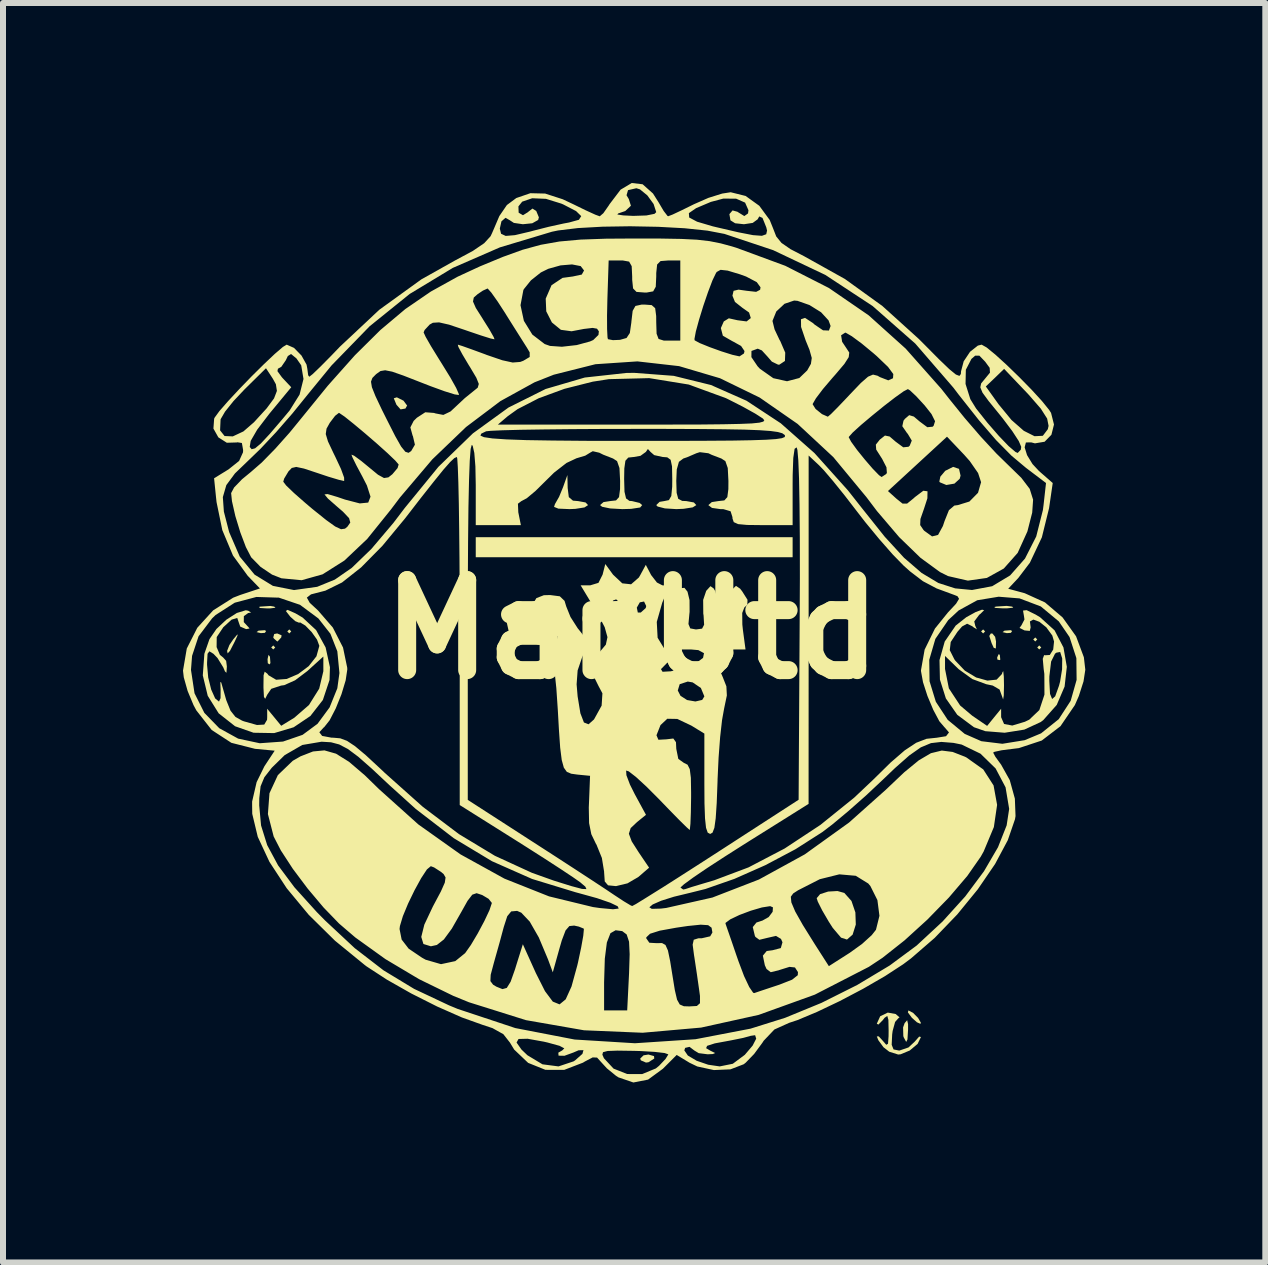
<source format=kicad_pcb>
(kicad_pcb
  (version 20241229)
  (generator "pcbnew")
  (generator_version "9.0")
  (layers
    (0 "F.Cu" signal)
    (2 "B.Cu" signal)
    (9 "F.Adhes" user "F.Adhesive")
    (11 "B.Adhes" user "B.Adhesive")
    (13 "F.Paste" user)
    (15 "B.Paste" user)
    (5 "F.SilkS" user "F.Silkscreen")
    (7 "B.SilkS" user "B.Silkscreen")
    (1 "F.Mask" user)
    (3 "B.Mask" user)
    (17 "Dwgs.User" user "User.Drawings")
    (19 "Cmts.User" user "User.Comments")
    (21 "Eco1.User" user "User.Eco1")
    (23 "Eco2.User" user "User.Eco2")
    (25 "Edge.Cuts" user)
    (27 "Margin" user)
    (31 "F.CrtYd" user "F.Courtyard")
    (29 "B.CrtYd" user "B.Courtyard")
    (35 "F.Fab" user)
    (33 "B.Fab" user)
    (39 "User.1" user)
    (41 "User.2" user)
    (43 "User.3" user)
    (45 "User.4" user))
  (footprint "ManUtd"
    (layer "F.Cu")
    (at 7.486 7.44)
    (property "Reference" "ManUtd" (at 0 0 0) (layer "F.SilkS") (effects (font (size 1.5 1.5) (thickness 0.3))))
    (attr board_only exclude_from_pos_files exclude_from_bom)
    (fp_poly (pts (xy -5.949 0.301) (xy -5.982 0.334) (xy -6.016 0.301) (xy -5.982 0.267)) (stroke (width 0) (type solid)) (fill yes) (layer "F.SilkS"))
    (fp_poly (pts (xy -5.682 0.033) (xy -5.715 0.067) (xy -5.748 0.033) (xy -5.715 0)) (stroke (width 0) (type solid)) (fill yes) (layer "F.SilkS"))
    (fp_poly (pts (xy 5.882 0.033) (xy 5.849 0.067) (xy 5.815 0.033) (xy 5.849 0)) (stroke (width 0) (type solid)) (fill yes) (layer "F.SilkS"))
    (fp_poly (pts (xy 6.751 0.167) (xy 6.718 0.201) (xy 6.684 0.167) (xy 6.718 0.134)) (stroke (width 0) (type solid)) (fill yes) (layer "F.SilkS"))
    (fp_poly (pts (xy 6.818 0.301) (xy 6.784 0.334) (xy 6.751 0.301) (xy 6.784 0.267)) (stroke (width 0) (type solid)) (fill yes) (layer "F.SilkS"))
    (fp_poly (pts (xy -6.101 0.026) (xy -6.121 0.057) (xy -6.188 0.062) (xy -6.26 0.045) (xy -6.229 0.021) (xy -6.124 0.013)) (stroke (width 0) (type solid)) (fill yes) (layer "F.SilkS"))
    (fp_poly (pts (xy -6.037 0.455) (xy -6.029 0.56) (xy -6.042 0.583) (xy -6.073 0.564) (xy -6.077 0.496) (xy -6.061 0.424)) (stroke (width 0) (type solid)) (fill yes) (layer "F.SilkS"))
    (fp_poly (pts (xy 6.127 0.423) (xy 6.135 0.503) (xy 6.127 0.512) (xy 6.087 0.503) (xy 6.083 0.468) (xy 6.107 0.413)) (stroke (width 0) (type solid)) (fill yes) (layer "F.SilkS"))
    (fp_poly (pts (xy 6.332 0.026) (xy 6.312 0.057) (xy 6.244 0.062) (xy 6.173 0.045) (xy 6.204 0.021) (xy 6.308 0.013)) (stroke (width 0) (type solid)) (fill yes) (layer "F.SilkS"))
    (fp_poly (pts (xy -3.811 -3.812) (xy -3.751 -3.731) (xy -3.779 -3.681) (xy -3.86 -3.667) (xy -3.929 -3.745) (xy -3.973 -3.852) (xy -3.922 -3.868)) (stroke (width 0) (type solid)) (fill yes) (layer "F.SilkS"))
    (fp_poly (pts (xy -6.578 0.103) (xy -6.623 0.201) (xy -6.703 0.357) (xy -6.742 0.4) (xy -6.751 0.358) (xy -6.713 0.26) (xy -6.647 0.163) (xy -6.578 0.081)) (stroke (width 0) (type solid)) (fill yes) (layer "F.SilkS"))
    (fp_poly (pts (xy -5.966 -0.38) (xy -5.945 -0.361) (xy -6.037 -0.35) (xy -6.083 -0.35) (xy -6.204 -0.357) (xy -6.219 -0.374) (xy -6.2 -0.38) (xy -6.03 -0.391)) (stroke (width 0) (type solid)) (fill yes) (layer "F.SilkS"))
    (fp_poly (pts (xy -5.843 0.098) (xy -5.849 0.134) (xy -5.906 0.197) (xy -5.916 0.201) (xy -5.969 0.154) (xy -5.982 0.134) (xy -5.966 0.077) (xy -5.916 0.067)) (stroke (width 0) (type solid)) (fill yes) (layer "F.SilkS"))
    (fp_poly (pts (xy 0.364 7.111) (xy 0.368 7.152) (xy 0.271 7.214) (xy 0.23 7.219) (xy 0.144 7.182) (xy 0.134 7.152) (xy 0.19 7.098) (xy 0.271 7.085)) (stroke (width 0) (type solid)) (fill yes) (layer "F.SilkS"))
    (fp_poly (pts (xy 2.674 -1.37) (xy 2.674 -1.203) (xy 0.033 -1.203) (xy -2.607 -1.203) (xy -2.607 -1.37) (xy -2.607 -1.537) (xy 0.033 -1.537) (xy 2.674 -1.537)) (stroke (width 0) (type solid)) (fill yes) (layer "F.SilkS"))
    (fp_poly (pts (xy 4.681 6.39) (xy 4.765 6.475) (xy 4.811 6.554) (xy 4.805 6.574) (xy 4.746 6.548) (xy 4.662 6.473) (xy 4.595 6.383) (xy 4.604 6.35)) (stroke (width 0) (type solid)) (fill yes) (layer "F.SilkS"))
    (fp_poly (pts (xy 6.049 0.123) (xy 6.064 0.201) (xy 6.061 0.318) (xy 6.026 0.307) (xy 5.99 0.228) (xy 5.952 0.109) (xy 5.976 0.069) (xy 6.002 0.067)) (stroke (width 0) (type solid)) (fill yes) (layer "F.SilkS"))
    (fp_poly (pts (xy 6.334 -0.38) (xy 6.35 -0.362) (xy 6.254 -0.352) (xy 6.183 -0.351) (xy 6.053 -0.358) (xy 6.034 -0.373) (xy 6.067 -0.381) (xy 6.241 -0.392)) (stroke (width 0) (type solid)) (fill yes) (layer "F.SilkS"))
    (fp_poly (pts (xy 4.598 6.578) (xy 4.598 6.668) (xy 4.588 6.833) (xy 4.567 6.875) (xy 4.528 6.803) (xy 4.519 6.779) (xy 4.515 6.633) (xy 4.541 6.561) (xy 4.583 6.513)) (stroke (width 0) (type solid)) (fill yes) (layer "F.SilkS"))
    (fp_poly (pts (xy 5.447 -2.676) (xy 5.473 -2.563) (xy 5.459 -2.511) (xy 5.371 -2.43) (xy 5.236 -2.407) (xy 5.128 -2.452) (xy 5.119 -2.464) (xy 5.136 -2.546) (xy 5.217 -2.643) (xy 5.349 -2.709)) (stroke (width 0) (type solid)) (fill yes) (layer "F.SilkS"))
    (fp_poly (pts (xy -1.075 -2.356) (xy -1.056 -2.205) (xy -0.987 -2.146) (xy -0.902 -2.139) (xy -0.777 -2.116) (xy -0.735 -2.072) (xy -0.795 -2.033) (xy -0.947 -2.009) (xy -1.044 -2.005) (xy -1.23 -2.013) (xy -1.302 -2.042) (xy -1.287 -2.089) (xy -1.218 -2.21) (xy -1.151 -2.373) (xy -1.08 -2.573)) (stroke (width 0) (type solid)) (fill yes) (layer "F.SilkS"))
    (fp_poly (pts (xy 3.536 4.392) (xy 3.655 4.526) (xy 3.72 4.717) (xy 3.727 4.919) (xy 3.674 5.087) (xy 3.58 5.169) (xy 3.481 5.137) (xy 3.344 4.976) (xy 3.279 4.875) (xy 3.168 4.685) (xy 3.094 4.538) (xy 3.075 4.479) (xy 3.132 4.412) (xy 3.266 4.369) (xy 3.422 4.36)) (stroke (width 0) (type solid)) (fill yes) (layer "F.SilkS"))
    (fp_poly (pts (xy 4.391 6.41) (xy 4.456 6.465) (xy 4.435 6.482) (xy 4.382 6.542) (xy 4.341 6.692) (xy 4.333 6.751) (xy 4.325 6.923) (xy 4.356 7) (xy 4.444 7.018) (xy 4.456 7.018) (xy 4.605 6.967) (xy 4.709 6.87) (xy 4.783 6.786) (xy 4.813 6.793) (xy 4.757 6.908) (xy 4.626 7.018) (xy 4.474 7.081) (xy 4.433 7.085) (xy 4.284 7.038) (xy 4.188 6.963) (xy 4.103 6.847) (xy 4.077 6.783) (xy 4.11 6.783) (xy 4.176 6.855) (xy 4.235 6.923) (xy 4.264 6.905) (xy 4.273 6.781) (xy 4.274 6.684) (xy 4.27 6.506) (xy 4.252 6.442) (xy 4.207 6.473) (xy 4.176 6.513) (xy 4.103 6.586) (xy 4.077 6.571) (xy 4.133 6.448) (xy 4.26 6.386)) (stroke (width 0) (type solid)) (fill yes) (layer "F.SilkS"))
    (fp_poly (pts (xy -5.614 -0.269) (xy -5.493 -0.198) (xy -5.268 0.011) (xy -5.109 0.301) (xy -5.037 0.63) (xy -5.044 0.843) (xy -5.155 1.176) (xy -5.363 1.443) (xy -5.642 1.631) (xy -5.967 1.728) (xy -6.31 1.722) (xy -6.618 1.614) (xy -6.892 1.398) (xy -7.074 1.106) (xy -7.156 0.766) (xy -7.13 0.406) (xy -7.045 0.162) (xy -6.929 -0.007) (xy -6.765 -0.161) (xy -6.589 -0.274) (xy -6.441 -0.319) (xy -6.4 -0.312) (xy -6.351 -0.281) (xy -6.4 -0.273) (xy -6.472 -0.221) (xy -6.473 -0.122) (xy -6.402 -0.045) (xy -6.4 -0.044) (xy -6.377 -0.015) (xy -6.434 -0.005) (xy -6.532 -0.047) (xy -6.551 -0.1) (xy -6.582 -0.191) (xy -6.676 -0.163) (xy -6.814 -0.037) (xy -6.924 0.127) (xy -6.926 0.295) (xy -6.925 0.297) (xy -6.871 0.424) (xy -6.817 0.468) (xy -6.767 0.524) (xy -6.755 0.618) (xy -6.762 0.723) (xy -6.787 0.699) (xy -6.815 0.633) (xy -6.911 0.477) (xy -6.978 0.407) (xy -7.046 0.365) (xy -7.077 0.406) (xy -7.085 0.554) (xy -7.085 0.59) (xy -7.066 0.802) (xy -7.016 1.003) (xy -6.95 1.15) (xy -6.886 1.203) (xy -6.86 1.145) (xy -6.859 1.003) (xy -6.86 0.986) (xy -6.864 0.877) (xy -6.85 0.883) (xy -6.844 0.902) (xy -6.765 1.179) (xy -6.694 1.355) (xy -6.612 1.458) (xy -6.502 1.52) (xy -6.47 1.532) (xy -6.253 1.593) (xy -6.132 1.586) (xy -6.085 1.506) (xy -6.083 1.463) (xy -6.083 1.322) (xy -5.966 1.464) (xy -5.849 1.606) (xy -5.631 1.472) (xy -5.387 1.26) (xy -5.216 0.987) (xy -5.147 0.697) (xy -5.147 0.677) (xy -5.147 0.452) (xy -5.414 0.694) (xy -5.618 0.848) (xy -5.799 0.929) (xy -5.851 0.936) (xy -6.015 0.99) (xy -6.081 1.086) (xy -6.117 1.157) (xy -6.137 1.124) (xy -6.145 0.972) (xy -6.145 0.94) (xy -6.143 0.765) (xy -6.125 0.704) (xy -6.08 0.738) (xy -6.061 0.764) (xy -5.934 0.839) (xy -5.759 0.826) (xy -5.567 0.744) (xy -5.391 0.612) (xy -5.262 0.448) (xy -5.214 0.274) (xy -5.252 0.171) (xy -5.341 0.045) (xy -5.447 -0.064) (xy -5.533 -0.116) (xy -5.553 -0.112) (xy -5.614 -0.137) (xy -5.698 -0.212) (xy -5.772 -0.307) (xy -5.743 -0.326)) (stroke (width 0) (type solid)) (fill yes) (layer "F.SilkS"))
    (fp_poly (pts (xy 5.866 -0.321) (xy 5.806 -0.261) (xy 5.784 -0.244) (xy 5.701 -0.133) (xy 5.718 -0.06) (xy 5.745 -0.001) (xy 5.69 -0.035) (xy 5.668 -0.053) (xy 5.582 -0.095) (xy 5.498 -0.049) (xy 5.421 0.04) (xy 5.309 0.21) (xy 5.293 0.346) (xy 5.37 0.499) (xy 5.385 0.52) (xy 5.544 0.687) (xy 5.733 0.801) (xy 5.92 0.853) (xy 6.074 0.837) (xy 6.163 0.743) (xy 6.169 0.719) (xy 6.184 0.695) (xy 6.194 0.785) (xy 6.197 0.936) (xy 6.193 1.102) (xy 6.182 1.167) (xy 6.169 1.128) (xy 6.123 1.002) (xy 6.01 0.936) (xy 5.901 0.913) (xy 5.668 0.827) (xy 5.442 0.663) (xy 5.437 0.658) (xy 5.214 0.442) (xy 5.214 0.659) (xy 5.278 0.982) (xy 5.466 1.268) (xy 5.666 1.437) (xy 5.916 1.608) (xy 6.032 1.465) (xy 6.149 1.322) (xy 6.149 1.463) (xy 6.198 1.576) (xy 6.335 1.602) (xy 6.545 1.539) (xy 6.618 1.504) (xy 6.786 1.344) (xy 6.871 1.087) (xy 6.87 0.857) (xy 6.952 0.857) (xy 6.964 1.074) (xy 6.999 1.16) (xy 7.05 1.115) (xy 7.114 0.937) (xy 7.132 0.869) (xy 7.165 0.664) (xy 7.167 0.488) (xy 7.166 0.481) (xy 7.133 0.376) (xy 7.069 0.388) (xy 7.047 0.405) (xy 6.982 0.536) (xy 6.953 0.781) (xy 6.952 0.857) (xy 6.87 0.857) (xy 6.869 0.741) (xy 6.858 0.66) (xy 6.843 0.49) (xy 6.866 0.427) (xy 6.879 0.431) (xy 6.96 0.426) (xy 7.017 0.335) (xy 7.031 0.202) (xy 7.002 0.102) (xy 6.902 -0.035) (xy 6.787 -0.127) (xy 6.686 -0.164) (xy 6.629 -0.133) (xy 6.641 -0.034) (xy 6.627 0.025) (xy 6.54 0.017) (xy 6.456 -0.025) (xy 6.488 -0.069) (xy 6.538 -0.166) (xy 6.529 -0.227) (xy 6.514 -0.314) (xy 6.574 -0.321) (xy 6.723 -0.248) (xy 6.798 -0.203) (xy 7.04 0.016) (xy 7.188 0.301) (xy 7.244 0.623) (xy 7.207 0.952) (xy 7.076 1.258) (xy 6.852 1.511) (xy 6.808 1.544) (xy 6.535 1.67) (xy 6.208 1.722) (xy 5.885 1.696) (xy 5.696 1.63) (xy 5.418 1.423) (xy 5.228 1.15) (xy 5.129 0.836) (xy 5.122 0.511) (xy 5.209 0.202) (xy 5.392 -0.064) (xy 5.568 -0.203) (xy 5.724 -0.289) (xy 5.831 -0.329)) (stroke (width 0) (type solid)) (fill yes) (layer "F.SilkS"))
    (fp_poly (pts (xy -0.319 -0.913) (xy -0.165 -0.768) (xy -0.018 -0.752) (xy 0.112 -0.866) (xy 0.135 -0.906) (xy 0.227 -1.076) (xy 0.316 -0.906) (xy 0.412 -0.782) (xy 0.503 -0.735) (xy 0.574 -0.73) (xy 0.593 -0.694) (xy 0.563 -0.594) (xy 0.501 -0.445) (xy 0.41 -0.125) (xy 0.424 0.139) (xy 0.542 0.332) (xy 0.551 0.34) (xy 0.652 0.435) (xy 0.654 0.496) (xy 0.573 0.567) (xy 0.48 0.662) (xy 0.506 0.706) (xy 0.644 0.698) (xy 0.845 0.649) (xy 1.061 0.564) (xy 1.181 0.475) (xy 1.197 0.396) (xy 1.103 0.345) (xy 0.98 0.334) (xy 0.747 0.334) (xy 0.724 -0.099) (xy 0.725 -0.374) (xy 0.753 -0.575) (xy 0.804 -0.687) (xy 0.871 -0.693) (xy 0.922 -0.629) (xy 0.956 -0.488) (xy 0.957 -0.292) (xy 0.953 -0.256) (xy 0.938 -0.09) (xy 0.968 -0.017) (xy 1.059 -0.000054) (xy 1.069 0) (xy 1.165 -0.013) (xy 1.199 -0.078) (xy 1.19 -0.232) (xy 1.185 -0.264) (xy 1.183 -0.492) (xy 1.234 -0.643) (xy 1.305 -0.721) (xy 1.358 -0.683) (xy 1.386 -0.635) (xy 1.423 -0.49) (xy 1.424 -0.291) (xy 1.42 -0.256) (xy 1.406 -0.09) (xy 1.436 -0.017) (xy 1.527 -0.000056) (xy 1.538 0) (xy 1.631 -0.012) (xy 1.667 -0.072) (xy 1.659 -0.215) (xy 1.65 -0.286) (xy 1.639 -0.486) (xy 1.659 -0.64) (xy 1.672 -0.67) (xy 1.73 -0.726) (xy 1.799 -0.679) (xy 1.833 -0.635) (xy 1.922 -0.494) (xy 1.919 -0.409) (xy 1.87 -0.367) (xy 1.834 -0.274) (xy 1.836 -0.082) (xy 1.845 0.005) (xy 1.889 0.334) (xy 1.646 0.334) (xy 1.476 0.359) (xy 1.404 0.444) (xy 1.428 0.605) (xy 1.509 0.793) (xy 1.57 0.948) (xy 1.578 1.1) (xy 1.534 1.311) (xy 1.532 1.321) (xy 1.498 1.51) (xy 1.466 1.795) (xy 1.44 2.139) (xy 1.423 2.502) (xy 1.423 2.523) (xy 1.409 2.893) (xy 1.392 3.148) (xy 1.37 3.307) (xy 1.339 3.387) (xy 1.3 3.409) (xy 1.259 3.387) (xy 1.231 3.307) (xy 1.214 3.15) (xy 1.205 2.897) (xy 1.203 2.572) (xy 1.203 1.736) (xy 0.986 1.603) (xy 0.752 1.492) (xy 0.585 1.489) (xy 0.473 1.594) (xy 0.47 1.6) (xy 0.405 1.764) (xy 0.437 1.839) (xy 0.568 1.832) (xy 0.568 1.832) (xy 0.686 1.818) (xy 0.73 1.88) (xy 0.735 1.99) (xy 0.769 2.158) (xy 0.86 2.223) (xy 0.923 2.255) (xy 0.96 2.329) (xy 0.978 2.473) (xy 0.982 2.715) (xy 0.982 2.799) (xy 0.978 3.049) (xy 0.971 3.239) (xy 0.961 3.336) (xy 0.958 3.342) (xy 0.907 3.297) (xy 0.783 3.175) (xy 0.607 2.995) (xy 0.442 2.824) (xy 0.236 2.618) (xy 0.063 2.459) (xy -0.057 2.366) (xy -0.101 2.352) (xy -0.096 2.43) (xy -0.037 2.586) (xy 0.042 2.744) (xy 0.23 3.09) (xy 0.082 3.21) (xy -0.025 3.311) (xy -0.055 3.405) (xy -0.008 3.532) (xy 0.108 3.714) (xy 0.282 3.971) (xy 0.104 4.125) (xy -0.078 4.232) (xy -0.269 4.278) (xy -0.271 4.278) (xy -0.402 4.265) (xy -0.457 4.201) (xy -0.468 4.044) (xy -0.468 4.035) (xy -0.505 3.809) (xy -0.595 3.587) (xy -0.604 3.573) (xy -0.681 3.413) (xy -0.718 3.228) (xy -0.723 2.969) (xy -0.72 2.897) (xy -0.702 2.44) (xy -0.916 2.419) (xy -1.016 2.405) (xy -1.089 2.374) (xy -1.139 2.304) (xy -1.174 2.177) (xy -1.2 1.971) (xy -1.221 1.668) (xy -1.239 1.349) (xy -1.264 0.979) (xy -1.291 0.725) (xy -1.325 0.57) (xy -1.366 0.497) (xy -1.382 0.488) (xy -1.433 0.443) (xy -1.391 0.361) (xy -1.34 0.304) (xy -1.256 0.188) (xy -1.246 0.113) (xy -1.247 0.112) (xy -1.374 0.067) (xy -1.561 0.088) (xy -1.754 0.167) (xy -1.799 0.196) (xy -1.98 0.325) (xy -2.051 0.06) (xy -2.089 -0.109) (xy -2.08 -0.183) (xy -2.019 -0.196) (xy -2.013 -0.196) (xy -1.839 -0.197) (xy -1.738 -0.268) (xy -1.676 -0.389) (xy -1.596 -0.522) (xy -1.472 -0.57) (xy -1.369 -0.573) (xy -1.206 -0.552) (xy -1.127 -0.476) (xy -1.099 -0.383) (xy -1.028 -0.207) (xy -0.907 -0.018) (xy -0.888 0.005) (xy -0.784 0.137) (xy -0.753 0.235) (xy -0.788 0.36) (xy -0.836 0.469) (xy -0.909 0.684) (xy -0.926 0.915) (xy -0.909 1.117) (xy -0.863 1.398) (xy -0.804 1.551) (xy -0.727 1.581) (xy -0.636 1.5) (xy -0.509 1.27) (xy -0.496 1.065) (xy -0.521 1.018) (xy 0.76 1.018) (xy 0.805 1.106) (xy 0.915 1.177) (xy 1.054 1.201) (xy 1.167 1.175) (xy 1.203 1.116) (xy 1.145 0.976) (xy 1.008 0.883) (xy 0.926 0.869) (xy 0.792 0.913) (xy 0.76 1.018) (xy -0.521 1.018) (xy -0.56 0.945) (xy -0.656 0.751) (xy -0.643 0.538) (xy -0.535 0.368) (xy -0.439 0.254) (xy -0.415 0.143) (xy -0.169 0.143) (xy -0.147 0.242) (xy -0.128 0.278) (xy -0.064 0.38) (xy -0.011 0.367) (xy 0.042 0.3) (xy 0.095 0.17) (xy 0.072 0.112) (xy -0.037 0.078) (xy -0.099 0.09) (xy -0.169 0.143) (xy -0.415 0.143) (xy -0.412 0.129) (xy -0.458 -0.037) (xy -0.581 -0.273) (xy -0.63 -0.355) (xy -0.66 -0.405) (xy -0.334 -0.405) (xy -0.307 -0.294) (xy -0.267 -0.267) (xy -0.207 -0.321) (xy -0.201 -0.363) (xy 0.077 -0.363) (xy 0.094 -0.281) (xy 0.144 -0.282) (xy 0.226 -0.356) (xy 0.234 -0.39) (xy 0.198 -0.465) (xy 0.127 -0.451) (xy 0.077 -0.363) (xy -0.201 -0.363) (xy -0.201 -0.364) (xy -0.241 -0.477) (xy -0.267 -0.501) (xy -0.32 -0.481) (xy -0.334 -0.405) (xy -0.66 -0.405) (xy -0.859 -0.735) (xy -0.698 -0.735) (xy -0.562 -0.776) (xy -0.493 -0.913) (xy -0.448 -1.09)) (stroke (width 0) (type solid)) (fill yes) (layer "F.SilkS"))
    (fp_poly (pts (xy 0.48 -6.514) (xy 0.82 -6.508) (xy 1.081 -6.495) (xy 1.29 -6.471) (xy 1.476 -6.434) (xy 1.664 -6.383) (xy 1.738 -6.36) (xy 2.552 -6.06) (xy 3.279 -5.69) (xy 3.941 -5.235) (xy 4.558 -4.68) (xy 5.152 -4.01) (xy 5.293 -3.831) (xy 5.542 -3.523) (xy 5.812 -3.21) (xy 6.07 -2.932) (xy 6.252 -2.754) (xy 6.485 -2.527) (xy 6.625 -2.343) (xy 6.682 -2.162) (xy 6.667 -1.947) (xy 6.593 -1.657) (xy 6.586 -1.631) (xy 6.425 -1.276) (xy 6.194 -1.015) (xy 5.911 -0.858) (xy 5.595 -0.813) (xy 5.264 -0.889) (xy 5.13 -0.956) (xy 4.806 -1.193) (xy 4.451 -1.537) (xy 4.08 -1.972) (xy 3.903 -2.206) (xy 3.82 -2.306) (xy 4.263 -2.306) (xy 4.405 -2.178) (xy 4.506 -2.097) (xy 4.582 -2.097) (xy 4.689 -2.184) (xy 4.713 -2.206) (xy 4.852 -2.311) (xy 4.922 -2.302) (xy 4.92 -2.185) (xy 4.864 -2.012) (xy 4.804 -1.84) (xy 4.8 -1.739) (xy 4.854 -1.659) (xy 4.868 -1.644) (xy 4.998 -1.55) (xy 5.098 -1.575) (xy 5.179 -1.724) (xy 5.206 -1.805) (xy 5.279 -1.987) (xy 5.369 -2.064) (xy 5.428 -2.072) (xy 5.62 -2.131) (xy 5.764 -2.277) (xy 5.815 -2.454) (xy 5.765 -2.606) (xy 5.626 -2.806) (xy 5.531 -2.913) (xy 5.247 -3.212) (xy 4.755 -2.759) (xy 4.263 -2.306) (xy 3.82 -2.306) (xy 3.353 -2.871) (xy 2.996 -3.203) (xy 3.609 -3.203) (xy 3.649 -3.128) (xy 3.748 -2.991) (xy 3.879 -2.829) (xy 4.01 -2.677) (xy 4.114 -2.57) (xy 4.157 -2.54) (xy 4.231 -2.588) (xy 4.245 -2.607) (xy 4.238 -2.702) (xy 4.165 -2.844) (xy 4.152 -2.864) (xy 4.067 -2.997) (xy 4.061 -3.08) (xy 4.127 -3.163) (xy 4.213 -3.231) (xy 4.291 -3.215) (xy 4.392 -3.128) (xy 4.518 -3.035) (xy 4.605 -3.044) (xy 4.625 -3.061) (xy 4.66 -3.147) (xy 4.592 -3.261) (xy 4.581 -3.272) (xy 4.502 -3.387) (xy 4.522 -3.479) (xy 4.546 -3.51) (xy 4.617 -3.571) (xy 4.695 -3.547) (xy 4.79 -3.466) (xy 4.919 -3.37) (xy 5.007 -3.378) (xy 5.024 -3.394) (xy 5.048 -3.47) (xy 4.988 -3.59) (xy 4.873 -3.735) (xy 4.735 -3.885) (xy 4.63 -3.984) (xy 4.595 -4.005) (xy 4.524 -3.968) (xy 4.381 -3.866) (xy 4.197 -3.724) (xy 3.999 -3.563) (xy 3.816 -3.409) (xy 3.677 -3.283) (xy 3.611 -3.209) (xy 3.609 -3.203) (xy 2.996 -3.203) (xy 2.757 -3.425) (xy 2.286 -3.752) (xy 3.008 -3.752) (xy 3.057 -3.674) (xy 3.164 -3.588) (xy 3.261 -3.545) (xy 3.313 -3.589) (xy 3.431 -3.708) (xy 3.593 -3.878) (xy 3.632 -3.92) (xy 3.812 -4.108) (xy 3.931 -4.212) (xy 4.014 -4.247) (xy 4.089 -4.228) (xy 4.129 -4.205) (xy 4.268 -4.151) (xy 4.347 -4.186) (xy 4.352 -4.256) (xy 4.264 -4.375) (xy 4.076 -4.555) (xy 4.022 -4.602) (xy 3.825 -4.765) (xy 3.661 -4.886) (xy 3.561 -4.944) (xy 3.55 -4.946) (xy 3.482 -4.902) (xy 3.499 -4.794) (xy 3.575 -4.68) (xy 3.618 -4.614) (xy 3.609 -4.538) (xy 3.537 -4.425) (xy 3.388 -4.249) (xy 3.341 -4.196) (xy 3.18 -4.007) (xy 3.062 -3.851) (xy 3.009 -3.759) (xy 3.008 -3.752) (xy 2.286 -3.752) (xy 2.125 -3.864) (xy 1.464 -4.186) (xy 0.782 -4.388) (xy 0.087 -4.467) (xy -0.612 -4.42) (xy -1.307 -4.245) (xy -1.628 -4.118) (xy -2.196 -3.805) (xy -2.769 -3.373) (xy -3.331 -2.834) (xy -3.869 -2.2) (xy -4.019 -2.001) (xy -4.416 -1.508) (xy -4.796 -1.148) (xy -5.16 -0.918) (xy -5.509 -0.82) (xy -5.845 -0.852) (xy -6.001 -0.913) (xy -6.193 -1.042) (xy -6.349 -1.201) (xy -6.351 -1.204) (xy -6.438 -1.372) (xy -6.531 -1.618) (xy -6.614 -1.89) (xy -6.67 -2.137) (xy -6.684 -2.272) (xy -6.634 -2.366) (xy -6.541 -2.462) (xy -5.815 -2.462) (xy -5.767 -2.399) (xy -5.637 -2.274) (xy -5.449 -2.109) (xy -5.331 -2.009) (xy -5.101 -1.824) (xy -4.949 -1.715) (xy -4.852 -1.67) (xy -4.786 -1.679) (xy -4.746 -1.712) (xy -4.698 -1.781) (xy -4.718 -1.854) (xy -4.82 -1.962) (xy -4.913 -2.042) (xy -5.071 -2.181) (xy -5.128 -2.25) (xy -5.077 -2.256) (xy -4.912 -2.207) (xy -4.786 -2.164) (xy -4.54 -2.1) (xy -4.399 -2.114) (xy -4.361 -2.212) (xy -4.421 -2.399) (xy -4.495 -2.544) (xy -4.595 -2.731) (xy -4.662 -2.867) (xy -4.679 -2.913) (xy -4.634 -2.895) (xy -4.517 -2.809) (xy -4.4 -2.713) (xy -4.236 -2.578) (xy -4.136 -2.523) (xy -4.063 -2.534) (xy -3.997 -2.586) (xy -3.91 -2.689) (xy -3.892 -2.749) (xy -3.948 -2.814) (xy -4.079 -2.939) (xy -4.256 -3.098) (xy -4.453 -3.268) (xy -4.641 -3.425) (xy -4.792 -3.546) (xy -4.88 -3.606) (xy -4.888 -3.609) (xy -4.951 -3.56) (xy -5.04 -3.443) (xy -5.094 -3.346) (xy -5.107 -3.256) (xy -5.07 -3.133) (xy -4.979 -2.94) (xy -4.947 -2.875) (xy -4.853 -2.674) (xy -4.801 -2.531) (xy -4.8 -2.473) (xy -4.801 -2.473) (xy -4.891 -2.494) (xy -5.065 -2.546) (xy -5.253 -2.609) (xy -5.471 -2.681) (xy -5.599 -2.708) (xy -5.673 -2.691) (xy -5.728 -2.634) (xy -5.731 -2.629) (xy -5.8 -2.514) (xy -5.815 -2.462) (xy -6.541 -2.462) (xy -6.503 -2.502) (xy -6.357 -2.622) (xy -6.174 -2.781) (xy -5.948 -3.012) (xy -5.711 -3.278) (xy -5.571 -3.449) (xy -5.074 -4.06) (xy -5.013 -4.129) (xy -4.353 -4.129) (xy -4.338 -4.037) (xy -4.279 -3.889) (xy -4.17 -3.659) (xy -4.092 -3.503) (xy -3.95 -3.223) (xy -3.851 -3.048) (xy -3.781 -2.961) (xy -3.727 -2.943) (xy -3.683 -2.973) (xy -3.621 -3.079) (xy -3.654 -3.22) (xy -3.66 -3.232) (xy -3.697 -3.367) (xy -3.642 -3.475) (xy -3.588 -3.528) (xy -3.448 -3.619) (xy -3.303 -3.608) (xy -3.279 -3.6) (xy -3.147 -3.575) (xy -3.028 -3.632) (xy -2.944 -3.71) (xy -2.789 -3.855) (xy -2.648 -3.969) (xy -2.643 -3.973) (xy -2.574 -4.029) (xy -2.556 -4.091) (xy -2.597 -4.194) (xy -2.702 -4.371) (xy -2.723 -4.404) (xy -2.83 -4.584) (xy -2.896 -4.707) (xy -2.906 -4.746) (xy -2.834 -4.724) (xy -2.671 -4.666) (xy -2.45 -4.585) (xy -2.425 -4.575) (xy -2.165 -4.486) (xy -1.991 -4.448) (xy -1.866 -4.458) (xy -1.815 -4.477) (xy -1.712 -4.538) (xy 1.987 -4.538) (xy 2.089 -4.387) (xy 2.129 -4.344) (xy 2.352 -4.187) (xy 2.581 -4.136) (xy 2.786 -4.19) (xy 2.917 -4.316) (xy 2.979 -4.426) (xy 2.993 -4.524) (xy 2.955 -4.66) (xy 2.891 -4.817) (xy 2.815 -5.041) (xy 2.813 -5.169) (xy 2.881 -5.192) (xy 3.014 -5.105) (xy 3.041 -5.08) (xy 3.181 -4.985) (xy 3.279 -4.981) (xy 3.307 -5.057) (xy 3.273 -5.15) (xy 3.148 -5.286) (xy 2.955 -5.406) (xy 2.756 -5.476) (xy 2.699 -5.481) (xy 2.539 -5.427) (xy 2.402 -5.299) (xy 2.34 -5.146) (xy 2.339 -5.138) (xy 2.373 -5.001) (xy 2.455 -4.827) (xy 2.468 -4.806) (xy 2.551 -4.613) (xy 2.546 -4.474) (xy 2.454 -4.413) (xy 2.433 -4.412) (xy 2.328 -4.463) (xy 2.257 -4.545) (xy 2.161 -4.65) (xy 2.093 -4.679) (xy 1.988 -4.641) (xy 1.987 -4.538) (xy -1.712 -4.538) (xy -1.708 -4.541) (xy -1.708 -4.618) (xy -1.755 -4.697) (xy -1.838 -4.828) (xy -1.965 -5.029) (xy -2.109 -5.258) (xy -2.112 -5.264) (xy -2.202 -5.403) (xy -1.861 -5.403) (xy -1.805 -5.143) (xy -1.664 -4.914) (xy -1.458 -4.756) (xy -1.37 -4.725) (xy -1.171 -4.711) (xy -0.924 -4.739) (xy -0.703 -4.799) (xy -0.649 -4.823) (xy -0.562 -4.908) (xy -0.555 -4.968) (xy -0.586 -5.012) (xy -0.659 -5.025) (xy -0.804 -5.008) (xy -1.01 -4.969) (xy -1.188 -4.993) (xy -1.338 -5.116) (xy -1.396 -5.23) (xy -0.419 -5.23) (xy -0.418 -5.006) (xy -0.411 -4.867) (xy -0.404 -4.837) (xy -0.321 -4.821) (xy -0.203 -4.826) (xy -0.094 -4.857) (xy -0.039 -4.94) (xy -0.014 -5.115) (xy -0.013 -5.13) (xy 0.008 -5.309) (xy 0.054 -5.391) (xy 0.155 -5.413) (xy 0.204 -5.414) (xy 0.325 -5.405) (xy 0.383 -5.354) (xy 0.4 -5.224) (xy 0.401 -5.113) (xy 0.407 -4.928) (xy 0.44 -4.841) (xy 0.526 -4.814) (xy 0.602 -4.813) (xy 0.802 -4.813) (xy 0.802 -4.841) (xy 1.038 -4.841) (xy 1.041 -4.818) (xy 1.126 -4.772) (xy 1.291 -4.705) (xy 1.488 -4.634) (xy 1.669 -4.577) (xy 1.786 -4.551) (xy 1.788 -4.55) (xy 1.863 -4.599) (xy 1.872 -4.639) (xy 1.815 -4.724) (xy 1.678 -4.8) (xy 1.671 -4.803) (xy 1.511 -4.895) (xy 1.478 -5.022) (xy 1.527 -5.133) (xy 1.611 -5.185) (xy 1.754 -5.153) (xy 1.907 -5.133) (xy 1.977 -5.189) (xy 1.948 -5.282) (xy 1.837 -5.36) (xy 1.713 -5.458) (xy 1.671 -5.562) (xy 1.69 -5.643) (xy 1.772 -5.663) (xy 1.905 -5.644) (xy 2.066 -5.626) (xy 2.132 -5.66) (xy 2.139 -5.702) (xy 2.076 -5.788) (xy 1.899 -5.881) (xy 1.797 -5.918) (xy 1.591 -5.98) (xy 1.473 -5.993) (xy 1.41 -5.958) (xy 1.397 -5.94) (xy 1.338 -5.817) (xy 1.264 -5.622) (xy 1.185 -5.391) (xy 1.114 -5.16) (xy 1.061 -4.965) (xy 1.038 -4.841) (xy 0.802 -4.841) (xy 0.802 -5.481) (xy 0.802 -6.149) (xy 0.602 -6.149) (xy 0.473 -6.139) (xy 0.416 -6.082) (xy 0.401 -5.94) (xy 0.401 -5.882) (xy 0.393 -5.711) (xy 0.35 -5.634) (xy 0.244 -5.615) (xy 0.201 -5.615) (xy 0.072 -5.625) (xy 0.015 -5.683) (xy 0.000317 -5.825) (xy 0 -5.882) (xy -0.008 -6.054) (xy -0.051 -6.13) (xy -0.157 -6.149) (xy -0.196 -6.149) (xy -0.392 -6.149) (xy -0.413 -5.509) (xy -0.419 -5.23) (xy -1.396 -5.23) (xy -1.432 -5.301) (xy -1.441 -5.513) (xy -1.344 -5.737) (xy -1.16 -5.859) (xy -0.99 -5.882) (xy -0.84 -5.914) (xy -0.802 -5.982) (xy -0.858 -6.055) (xy -1.002 -6.083) (xy -1.194 -6.067) (xy -1.398 -6.01) (xy -1.522 -5.949) (xy -1.688 -5.817) (xy -1.806 -5.67) (xy -1.814 -5.653) (xy -1.861 -5.403) (xy -2.202 -5.403) (xy -2.243 -5.466) (xy -2.348 -5.614) (xy -2.407 -5.68) (xy -2.41 -5.682) (xy -2.487 -5.647) (xy -2.574 -5.589) (xy -2.64 -5.531) (xy -2.653 -5.465) (xy -2.606 -5.358) (xy -2.49 -5.175) (xy -2.49 -5.174) (xy -2.379 -4.998) (xy -2.309 -4.874) (xy -2.294 -4.835) (xy -2.36 -4.849) (xy -2.519 -4.899) (xy -2.74 -4.974) (xy -2.792 -4.992) (xy -3.051 -5.079) (xy -3.218 -5.117) (xy -3.321 -5.111) (xy -3.375 -5.081) (xy -3.459 -4.99) (xy -3.476 -4.95) (xy -3.442 -4.876) (xy -3.352 -4.719) (xy -3.222 -4.508) (xy -3.167 -4.42) (xy -3.031 -4.199) (xy -2.933 -4.024) (xy -2.888 -3.921) (xy -2.889 -3.907) (xy -2.959 -3.917) (xy -3.126 -3.969) (xy -3.36 -4.054) (xy -3.532 -4.121) (xy -3.814 -4.231) (xy -4 -4.296) (xy -4.117 -4.319) (xy -4.195 -4.306) (xy -4.26 -4.26) (xy -4.274 -4.248) (xy -4.33 -4.191) (xy -4.353 -4.129) (xy -5.013 -4.129) (xy -4.621 -4.569) (xy -4.196 -4.99) (xy -3.781 -5.339) (xy -3.357 -5.63) (xy -2.908 -5.879) (xy -2.536 -6.051) (xy -2.154 -6.209) (xy -1.827 -6.327) (xy -1.524 -6.41) (xy -1.213 -6.465) (xy -0.86 -6.497) (xy -0.434 -6.512) (xy 0.033 -6.515)) (stroke (width 0) (type solid)) (fill yes) (layer "F.SilkS"))
    (fp_poly (pts (xy 0.174 -7.419) (xy 0.347 -7.265) (xy 0.437 -7.123) (xy 0.525 -6.974) (xy 0.589 -6.891) (xy 0.6 -6.886) (xy 0.673 -6.914) (xy 0.724 -6.938) (xy 0.945 -6.938) (xy 0.95 -6.865) (xy 1.082 -6.795) (xy 1.343 -6.718) (xy 1.419 -6.7) (xy 1.772 -6.618) (xy 2.014 -6.571) (xy 2.162 -6.56) (xy 2.234 -6.586) (xy 2.248 -6.647) (xy 2.235 -6.701) (xy 2.172 -6.858) (xy 2.118 -6.883) (xy 2.091 -6.835) (xy 2.009 -6.775) (xy 1.863 -6.753) (xy 1.716 -6.769) (xy 1.638 -6.818) (xy 1.62 -6.921) (xy 1.673 -6.983) (xy 1.757 -6.96) (xy 1.759 -6.957) (xy 1.869 -6.889) (xy 1.931 -6.933) (xy 1.938 -6.986) (xy 1.882 -7.113) (xy 1.732 -7.179) (xy 1.518 -7.18) (xy 1.311 -7.125) (xy 1.066 -7.021) (xy 0.945 -6.938) (xy 0.724 -6.938) (xy 0.83 -6.988) (xy 1.029 -7.086) (xy 1.27 -7.192) (xy 1.5 -7.264) (xy 1.642 -7.286) (xy 1.891 -7.224) (xy 2.119 -7.06) (xy 2.292 -6.824) (xy 2.346 -6.69) (xy 2.401 -6.549) (xy 2.489 -6.441) (xy 2.64 -6.337) (xy 2.865 -6.22) (xy 3.546 -5.84) (xy 4.17 -5.39) (xy 4.777 -4.841) (xy 4.863 -4.755) (xy 5.113 -4.503) (xy 5.286 -4.337) (xy 5.395 -4.248) (xy 5.454 -4.225) (xy 5.478 -4.257) (xy 5.481 -4.302) (xy 5.525 -4.468) (xy 5.631 -4.627) (xy 5.761 -4.73) (xy 5.824 -4.746) (xy 5.906 -4.7) (xy 6.054 -4.579) (xy 6.244 -4.406) (xy 6.452 -4.204) (xy 6.655 -3.997) (xy 6.828 -3.808) (xy 6.948 -3.66) (xy 6.981 -3.609) (xy 7.03 -3.415) (xy 6.987 -3.244) (xy 6.874 -3.128) (xy 6.713 -3.101) (xy 6.651 -3.117) (xy 6.562 -3.116) (xy 6.541 -3.035) (xy 6.581 -2.905) (xy 6.672 -2.756) (xy 6.78 -2.64) (xy 7.009 -2.44) (xy 6.948 -2.021) (xy 6.828 -1.535) (xy 6.628 -1.111) (xy 6.435 -0.857) (xy 6.267 -0.678) (xy 6.543 -0.603) (xy 6.88 -0.45) (xy 7.173 -0.2) (xy 7.398 0.115) (xy 7.528 0.464) (xy 7.552 0.672) (xy 7.522 0.867) (xy 7.444 1.11) (xy 7.378 1.261) (xy 7.138 1.613) (xy 6.826 1.852) (xy 6.445 1.978) (xy 6.348 1.99) (xy 6.158 2.014) (xy 6.038 2.04) (xy 6.016 2.053) (xy 6.053 2.122) (xy 6.143 2.246) (xy 6.149 2.254) (xy 6.293 2.512) (xy 6.378 2.82) (xy 6.389 3.111) (xy 6.38 3.164) (xy 6.26 3.513) (xy 6.048 3.91) (xy 5.761 4.33) (xy 5.419 4.749) (xy 5.042 5.141) (xy 4.647 5.483) (xy 4.516 5.581) (xy 4.214 5.778) (xy 3.849 5.989) (xy 3.458 6.195) (xy 3.08 6.375) (xy 2.755 6.511) (xy 2.616 6.557) (xy 2.37 6.668) (xy 2.192 6.855) (xy 2.168 6.892) (xy 2.033 7.075) (xy 1.892 7.221) (xy 1.859 7.247) (xy 1.638 7.332) (xy 1.362 7.344) (xy 1.085 7.284) (xy 0.956 7.222) (xy 0.742 7.092) (xy 0.512 7.322) (xy 0.265 7.503) (xy 0.02 7.551) (xy -0.228 7.466) (xy -0.269 7.44) (xy -0.422 7.315) (xy -0.52 7.208) (xy -0.585 7.136) (xy -0.658 7.133) (xy -0.786 7.2) (xy -0.821 7.221) (xy -1.133 7.341) (xy -1.446 7.34) (xy -1.734 7.224) (xy -1.967 7.002) (xy -2.038 6.885) (xy -1.927 6.885) (xy -1.845 7.002) (xy -1.746 7.097) (xy -1.495 7.248) (xy -1.228 7.283) (xy -0.977 7.199) (xy -0.951 7.182) (xy -0.844 7.087) (xy -0.497 7.087) (xy -0.471 7.147) (xy -0.31 7.32) (xy -0.083 7.41) (xy 0.166 7.411) (xy 0.394 7.317) (xy 0.447 7.274) (xy 0.555 7.16) (xy 0.602 7.084) (xy 0.602 7.082) (xy 0.54 7.06) (xy 0.375 7.041) (xy 0.138 7.027) (xy 0.03 7.024) (xy -0.245 7.02) (xy -0.41 7.026) (xy -0.486 7.046) (xy -0.497 7.087) (xy -0.844 7.087) (xy -0.829 7.074) (xy -0.813 7.016) (xy 0.869 7.016) (xy 0.928 7.102) (xy 1.075 7.189) (xy 1.267 7.255) (xy 1.459 7.283) (xy 1.677 7.239) (xy 1.877 7.09) (xy 2.007 6.937) (xy 2.067 6.821) (xy 2.049 6.763) (xy 1.977 6.773) (xy 1.85 6.808) (xy 1.662 6.846) (xy 1.626 6.853) (xy 1.377 6.899) (xy 1.249 6.94) (xy 1.232 6.979) (xy 1.303 7.021) (xy 1.383 7.06) (xy 1.345 7.077) (xy 1.257 7.081) (xy 1.109 7.062) (xy 1.036 7.018) (xy 0.956 6.957) (xy 0.883 6.974) (xy 0.869 7.016) (xy -0.813 7.016) (xy -0.811 7.012) (xy -0.892 7.014) (xy -0.981 7.052) (xy -1.129 7.106) (xy -1.227 7.104) (xy -1.231 7.054) (xy -1.165 7.016) (xy -1.131 6.982) (xy -1.21 6.94) (xy -1.41 6.885) (xy -1.471 6.871) (xy -1.743 6.822) (xy -1.894 6.826) (xy -1.927 6.885) (xy -2.038 6.885) (xy -2.039 6.884) (xy -2.147 6.746) (xy -2.328 6.645) (xy -2.489 6.592) (xy -2.838 6.467) (xy -3.25 6.285) (xy -3.681 6.068) (xy -4.088 5.837) (xy -4.427 5.616) (xy -4.456 5.594) (xy -4.953 5.188) (xy -5.391 4.756) (xy -5.758 4.313) (xy -6.045 3.875) (xy -6.24 3.457) (xy -6.332 3.074) (xy -6.334 2.933) (xy -6.216 2.933) (xy -6.185 3.268) (xy -6.083 3.595) (xy -5.901 3.933) (xy -5.628 4.299) (xy -5.255 4.712) (xy -5.118 4.851) (xy -4.624 5.312) (xy -4.144 5.682) (xy -3.634 5.991) (xy -3.051 6.266) (xy -2.908 6.325) (xy -1.948 6.644) (xy -0.959 6.835) (xy 0.046 6.897) (xy 1.055 6.83) (xy 1.972 6.654) (xy 2.549 6.473) (xy 3.155 6.224) (xy 3.75 5.926) (xy 4.292 5.601) (xy 4.742 5.268) (xy 4.744 5.266) (xy 5.174 4.867) (xy 5.551 4.45) (xy 5.863 4.031) (xy 6.097 3.63) (xy 6.241 3.266) (xy 6.283 2.991) (xy 6.223 2.632) (xy 6.057 2.317) (xy 5.805 2.071) (xy 5.491 1.919) (xy 5.354 1.891) (xy 5.153 1.875) (xy 4.98 1.895) (xy 4.81 1.966) (xy 4.619 2.1) (xy 4.38 2.311) (xy 4.175 2.507) (xy 3.897 2.768) (xy 3.604 3.027) (xy 3.334 3.252) (xy 3.167 3.379) (xy 2.722 3.663) (xy 2.22 3.929) (xy 1.705 4.157) (xy 1.221 4.326) (xy 0.969 4.389) (xy 0.696 4.455) (xy 0.483 4.522) (xy 0.342 4.584) (xy 0.286 4.631) (xy 0.327 4.657) (xy 0.478 4.653) (xy 0.568 4.642) (xy 1.339 4.468) (xy 1.372 4.455) (xy 2.644 4.455) (xy 2.653 4.55) (xy 2.717 4.701) (xy 2.844 4.926) (xy 3.041 5.242) (xy 3.048 5.253) (xy 3.278 5.612) (xy 3.627 5.389) (xy 3.83 5.243) (xy 3.992 5.096) (xy 4.063 5.006) (xy 4.121 4.773) (xy 4.087 4.511) (xy 3.97 4.277) (xy 3.935 4.235) (xy 3.726 4.106) (xy 3.452 4.082) (xy 3.127 4.163) (xy 2.766 4.347) (xy 2.684 4.4) (xy 2.644 4.455) (xy 1.372 4.455) (xy 2.113 4.168) (xy 2.875 3.75) (xy 3.614 3.219) (xy 4.223 2.676) (xy 4.533 2.382) (xy 4.778 2.181) (xy 4.979 2.063) (xy 5.16 2.019) (xy 5.341 2.042) (xy 5.544 2.121) (xy 5.569 2.133) (xy 5.851 2.333) (xy 6.023 2.6) (xy 6.082 2.924) (xy 6.028 3.294) (xy 5.858 3.701) (xy 5.809 3.788) (xy 5.585 4.109) (xy 5.278 4.469) (xy 4.919 4.837) (xy 4.54 5.182) (xy 4.172 5.473) (xy 3.944 5.624) (xy 3.044 6.087) (xy 2.109 6.424) (xy 1.149 6.636) (xy 0.175 6.722) (xy -0.802 6.681) (xy -1.771 6.512) (xy -2.286 6.35) (xy -0.468 6.35) (xy -0.276 6.35) (xy -0.083 6.35) (xy -0.052 5.732) (xy -0.042 5.413) (xy -0.052 5.205) (xy -0.071 5.147) (xy 0.234 5.147) (xy 0.286 5.222) (xy 0.409 5.229) (xy 0.497 5.227) (xy 0.555 5.259) (xy 0.596 5.351) (xy 0.633 5.529) (xy 0.668 5.747) (xy 0.711 6.012) (xy 0.748 6.171) (xy 0.793 6.251) (xy 0.861 6.28) (xy 0.953 6.283) (xy 1.078 6.276) (xy 1.13 6.23) (xy 1.13 6.109) (xy 1.115 5.999) (xy 1.077 5.733) (xy 1.036 5.46) (xy 1.031 5.431) (xy 1.008 5.254) (xy 1.026 5.172) (xy 1.102 5.148) (xy 1.161 5.147) (xy 1.3 5.115) (xy 1.337 5.051) (xy 1.323 4.971) (xy 1.266 4.929) (xy 1.141 4.921) (xy 0.925 4.943) (xy 0.735 4.971) (xy 0.459 5.021) (xy 0.298 5.072) (xy 0.236 5.131) (xy 0.234 5.147) (xy -0.071 5.147) (xy -0.092 5.084) (xy -0.166 5.028) (xy -0.276 5.014) (xy -0.362 5.063) (xy -0.422 5.218) (xy -0.456 5.487) (xy -0.468 5.88) (xy -0.468 5.89) (xy -0.468 6.35) (xy -2.286 6.35) (xy -2.72 6.214) (xy -2.982 6.107) (xy -3.486 5.861) (xy -2.363 5.861) (xy -2.318 5.921) (xy -2.263 5.954) (xy -2.162 5.995) (xy -2.09 5.975) (xy -2.026 5.872) (xy -1.953 5.666) (xy -1.931 5.594) (xy -1.822 5.247) (xy -1.605 5.728) (xy -1.453 6.029) (xy -1.323 6.203) (xy -1.21 6.249) (xy -1.108 6.165) (xy -1.011 5.951) (xy -0.916 5.605) (xy -0.903 5.551) (xy -0.85 5.301) (xy -0.815 5.105) (xy -0.805 4.997) (xy -0.808 4.986) (xy -0.889 4.953) (xy -0.967 4.936) (xy -1.047 4.944) (xy -1.11 5.017) (xy -1.173 5.183) (xy -1.211 5.314) (xy -1.323 5.715) (xy -1.402 5.501) (xy -1.556 5.134) (xy -1.689 4.902) (xy 1.555 4.902) (xy 1.588 4.998) (xy 1.653 5.185) (xy 1.737 5.431) (xy 1.773 5.534) (xy 1.865 5.778) (xy 1.951 5.96) (xy 2.016 6.055) (xy 2.034 6.061) (xy 2.134 6.027) (xy 2.314 5.967) (xy 2.453 5.921) (xy 2.665 5.838) (xy 2.76 5.763) (xy 2.763 5.711) (xy 2.713 5.634) (xy 2.622 5.624) (xy 2.452 5.677) (xy 2.442 5.681) (xy 2.309 5.713) (xy 2.239 5.659) (xy 2.211 5.597) (xy 2.178 5.437) (xy 2.242 5.36) (xy 2.339 5.347) (xy 2.477 5.311) (xy 2.505 5.214) (xy 2.48 5.158) (xy 2.397 5.108) (xy 2.256 5.14) (xy 2.12 5.173) (xy 2.053 5.124) (xy 2.044 5.104) (xy 2.01 4.961) (xy 2.071 4.885) (xy 2.172 4.852) (xy 2.275 4.794) (xy 2.341 4.706) (xy 2.346 4.632) (xy 2.3 4.612) (xy 2.161 4.634) (xy 1.977 4.688) (xy 1.788 4.759) (xy 1.635 4.832) (xy 1.557 4.89) (xy 1.555 4.902) (xy -1.689 4.902) (xy -1.707 4.87) (xy -1.848 4.721) (xy -1.918 4.691) (xy -2.016 4.7) (xy -2.082 4.78) (xy -2.14 4.959) (xy -2.208 5.212) (xy -2.286 5.489) (xy -2.307 5.564) (xy -2.358 5.756) (xy -2.363 5.861) (xy -3.486 5.861) (xy -3.553 5.828) (xy -4.112 5.495) (xy -4.613 5.135) (xy -4.779 4.993) (xy -3.877 4.993) (xy -3.842 5.169) (xy -3.725 5.321) (xy -3.503 5.471) (xy -3.442 5.505) (xy -3.186 5.579) (xy -2.948 5.528) (xy -2.784 5.395) (xy -2.688 5.259) (xy -2.574 5.067) (xy -2.463 4.859) (xy -2.378 4.678) (xy -2.34 4.564) (xy -2.339 4.558) (xy -2.393 4.49) (xy -2.499 4.427) (xy -2.593 4.396) (xy -2.665 4.421) (xy -2.744 4.524) (xy -2.843 4.701) (xy -3.006 4.987) (xy -3.138 5.167) (xy -3.255 5.259) (xy -3.355 5.281) (xy -3.479 5.243) (xy -3.515 5.125) (xy -3.464 4.92) (xy -3.324 4.623) (xy -3.312 4.6) (xy -3.188 4.367) (xy -3.123 4.221) (xy -3.11 4.134) (xy -3.143 4.077) (xy -3.185 4.042) (xy -3.301 3.967) (xy -3.356 3.946) (xy -3.421 4) (xy -3.517 4.146) (xy -3.627 4.347) (xy -3.735 4.57) (xy -3.822 4.78) (xy -3.871 4.944) (xy -3.877 4.993) (xy -4.779 4.993) (xy -4.886 4.901) (xy -5.143 4.635) (xy -5.408 4.32) (xy -5.655 3.991) (xy -5.855 3.684) (xy -5.975 3.451) (xy -6.071 3.077) (xy -6.045 2.73) (xy -5.905 2.428) (xy -5.656 2.189) (xy -5.527 2.115) (xy -5.319 2.034) (xy -5.129 2.016) (xy -4.936 2.071) (xy -4.718 2.207) (xy -4.455 2.432) (xy -4.219 2.662) (xy -3.564 3.25) (xy -2.86 3.75) (xy -2.128 4.154) (xy -1.386 4.449) (xy -0.654 4.627) (xy -0.535 4.644) (xy -0.319 4.664) (xy -0.224 4.652) (xy -0.242 4.614) (xy -0.365 4.555) (xy -0.586 4.479) (xy -0.897 4.393) (xy -0.942 4.381) (xy -1.668 4.159) (xy -2.337 3.863) (xy -2.974 3.479) (xy -3.607 2.992) (xy -4.041 2.6) (xy -4.339 2.321) (xy -4.564 2.123) (xy -4.738 1.993) (xy -4.883 1.917) (xy -5.019 1.881) (xy -5.169 1.872) (xy -5.179 1.872) (xy -5.498 1.926) (xy -5.791 2.095) (xy -6.006 2.305) (xy -6.13 2.464) (xy -6.193 2.615) (xy -6.215 2.815) (xy -6.216 2.933) (xy -6.334 2.933) (xy -6.334 2.869) (xy -6.259 2.545) (xy -6.13 2.282) (xy -5.958 2.021) (xy -6.286 1.99) (xy -6.68 1.89) (xy -7.008 1.676) (xy -7.264 1.349) (xy -7.311 1.261) (xy -7.409 1.026) (xy -7.473 0.799) (xy -7.486 0.687) (xy -7.484 0.675) (xy -7.353 0.675) (xy -7.294 1.064) (xy -7.13 1.391) (xy -6.881 1.647) (xy -6.567 1.82) (xy -6.207 1.897) (xy -5.819 1.869) (xy -5.493 1.757) (xy -5.244 1.573) (xy -5.043 1.3) (xy -4.914 0.981) (xy -4.879 0.727) (xy -4.914 0.365) (xy -5.029 0.073) (xy -5.23 -0.183) (xy -5.536 -0.41) (xy -5.89 -0.53) (xy -5.913 -0.53) (xy -5.422 -0.53) (xy -5.374 -0.444) (xy -5.235 -0.315) (xy -4.989 -0.031) (xy -4.819 0.302) (xy -4.749 0.639) (xy -4.748 0.668) (xy -4.775 0.849) (xy -4.845 1.08) (xy -4.94 1.316) (xy -5.042 1.514) (xy -5.133 1.629) (xy -5.14 1.633) (xy -5.214 1.714) (xy -5.167 1.775) (xy -5.012 1.804) (xy -4.976 1.805) (xy -4.865 1.815) (xy -4.753 1.857) (xy -4.619 1.946) (xy -4.441 2.095) (xy -4.196 2.322) (xy -4.121 2.393) (xy -3.489 2.957) (xy -2.886 3.412) (xy -2.288 3.773) (xy -1.672 4.056) (xy -1.305 4.187) (xy -1.013 4.278) (xy -0.836 4.325) (xy -0.762 4.328) (xy -0.781 4.287) (xy -0.869 4.212) (xy -0.982 4.133) (xy -1.185 3.998) (xy -1.453 3.824) (xy -1.765 3.625) (xy -1.955 3.505) (xy -2.874 2.927) (xy -2.874 0.026) (xy -2.874 -0.117) (xy -2.74 -0.117) (xy -2.74 2.841) (xy -1.654 3.542) (xy -1.296 3.773) (xy -0.957 3.993) (xy -0.663 4.185) (xy -0.435 4.335) (xy -0.301 4.425) (xy -0.138 4.532) (xy -0.026 4.599) (xy 0.000464 4.61) (xy 0.064 4.576) (xy 0.223 4.478) (xy 0.463 4.328) (xy 0.505 4.302) (xy 0.805 4.302) (xy 0.85 4.335) (xy 0.886 4.328) (xy 0.991 4.293) (xy 1.181 4.236) (xy 1.367 4.181) (xy 1.939 3.966) (xy 2.54 3.652) (xy 3.137 3.258) (xy 3.699 2.805) (xy 4.011 2.51) (xy 4.308 2.218) (xy 4.542 2.016) (xy 4.734 1.889) (xy 4.906 1.823) (xy 5.077 1.805) (xy 5.231 1.78) (xy 5.28 1.717) (xy 5.21 1.635) (xy 5.207 1.633) (xy 5.119 1.53) (xy 5.018 1.34) (xy 4.921 1.109) (xy 4.847 0.88) (xy 4.814 0.698) (xy 4.813 0.683) (xy 4.844 0.507) (xy 4.951 0.507) (xy 4.956 0.864) (xy 5.061 1.206) (xy 5.258 1.506) (xy 5.542 1.741) (xy 5.819 1.863) (xy 6.17 1.906) (xy 6.542 1.846) (xy 6.815 1.732) (xy 7.109 1.496) (xy 7.308 1.19) (xy 7.407 0.841) (xy 7.403 0.478) (xy 7.289 0.127) (xy 7.11 -0.134) (xy 6.81 -0.383) (xy 6.456 -0.517) (xy 6.108 -0.545) (xy 5.751 -0.486) (xy 5.441 -0.316) (xy 5.268 -0.156) (xy 5.053 0.158) (xy 4.951 0.507) (xy 4.844 0.507) (xy 4.874 0.337) (xy 5.046 -0.014) (xy 5.262 -0.282) (xy 5.398 -0.428) (xy 5.448 -0.51) (xy 5.422 -0.553) (xy 5.375 -0.572) (xy 5.074 -0.683) (xy 4.845 -0.804) (xy 4.629 -0.969) (xy 4.521 -1.066) (xy 4.341 -1.251) (xy 4.117 -1.506) (xy 3.883 -1.79) (xy 3.743 -1.971) (xy 3.541 -2.233) (xy 3.35 -2.47) (xy 3.195 -2.652) (xy 3.115 -2.735) (xy 2.941 -2.898) (xy 2.941 0.005) (xy 2.94 2.908) (xy 1.874 3.576) (xy 1.539 3.789) (xy 1.247 3.979) (xy 1.016 4.136) (xy 0.863 4.248) (xy 0.805 4.301) (xy 0.805 4.302) (xy 0.505 4.302) (xy 0.769 4.134) (xy 1.123 3.907) (xy 1.404 3.726) (xy 2.774 2.839) (xy 2.791 -0.064) (xy 2.795 -0.855) (xy 2.794 -1.529) (xy 2.789 -2.082) (xy 2.781 -2.512) (xy 2.769 -2.816) (xy 2.754 -2.99) (xy 2.741 -3.034) (xy 2.707 -3.01) (xy 2.685 -2.858) (xy 2.675 -2.576) (xy 2.674 -2.42) (xy 2.674 -1.738) (xy 2.172 -1.738) (xy 1.916 -1.741) (xy 1.766 -1.755) (xy 1.693 -1.788) (xy 1.672 -1.848) (xy 1.671 -1.872) (xy 1.64 -1.969) (xy 1.522 -2.004) (xy 1.471 -2.005) (xy 1.33 -2.025) (xy 1.27 -2.071) (xy 1.27 -2.072) (xy 1.327 -2.122) (xy 1.437 -2.139) (xy 1.536 -2.15) (xy 1.586 -2.205) (xy 1.603 -2.338) (xy 1.604 -2.475) (xy 1.593 -2.69) (xy 1.553 -2.805) (xy 1.487 -2.848) (xy 1.327 -2.909) (xy 1.27 -2.936) (xy 1.127 -2.954) (xy 1.07 -2.936) (xy 0.914 -2.869) (xy 0.852 -2.848) (xy 0.779 -2.793) (xy 0.743 -2.665) (xy 0.735 -2.475) (xy 0.741 -2.276) (xy 0.768 -2.176) (xy 0.834 -2.142) (xy 0.902 -2.139) (xy 1.028 -2.116) (xy 1.069 -2.072) (xy 1.009 -2.034) (xy 0.856 -2.01) (xy 0.735 -2.005) (xy 0.545 -2.017) (xy 0.424 -2.048) (xy 0.401 -2.072) (xy 0.457 -2.126) (xy 0.535 -2.139) (xy 0.612 -2.155) (xy 0.652 -2.224) (xy 0.667 -2.378) (xy 0.668 -2.507) (xy 0.664 -2.717) (xy 0.641 -2.827) (xy 0.585 -2.868) (xy 0.507 -2.874) (xy 0.367 -2.905) (xy 0.306 -2.958) (xy 0.262 -3.007) (xy 0.228 -2.958) (xy 0.138 -2.893) (xy 0.028 -2.874) (xy -0.065 -2.864) (xy -0.113 -2.811) (xy -0.131 -2.683) (xy -0.134 -2.507) (xy -0.128 -2.294) (xy -0.102 -2.183) (xy -0.046 -2.142) (xy -0.004 -2.139) (xy 0.124 -2.108) (xy 0.167 -2.072) (xy 0.133 -2.032) (xy -0.019 -2.009) (xy -0.163 -2.005) (xy -0.366 -2.016) (xy -0.501 -2.044) (xy -0.535 -2.072) (xy -0.478 -2.122) (xy -0.368 -2.139) (xy -0.269 -2.15) (xy -0.219 -2.205) (xy -0.202 -2.338) (xy -0.201 -2.475) (xy -0.212 -2.69) (xy -0.252 -2.805) (xy -0.318 -2.848) (xy -0.482 -2.912) (xy -0.548 -2.945) (xy -0.657 -2.97) (xy -0.697 -2.948) (xy -0.782 -2.896) (xy -0.929 -2.852) (xy -1.095 -2.774) (xy -1.303 -2.612) (xy -1.441 -2.476) (xy -1.612 -2.307) (xy -1.757 -2.186) (xy -1.845 -2.139) (xy -1.846 -2.139) (xy -1.904 -2.095) (xy -1.898 -1.952) (xy -1.895 -1.938) (xy -1.855 -1.738) (xy -2.231 -1.738) (xy -2.607 -1.738) (xy -2.607 -2.406) (xy -2.613 -2.717) (xy -2.631 -2.941) (xy -2.658 -3.061) (xy -2.674 -3.075) (xy -2.692 -3.008) (xy -2.707 -2.811) (xy -2.719 -2.485) (xy -2.729 -2.033) (xy -2.735 -1.457) (xy -2.739 -0.76) (xy -2.74 -0.117) (xy -2.874 -0.117) (xy -2.875 -0.582) (xy -2.878 -1.147) (xy -2.883 -1.655) (xy -2.889 -2.092) (xy -2.897 -2.446) (xy -2.906 -2.702) (xy -2.915 -2.846) (xy -2.922 -2.874) (xy -2.964 -2.855) (xy -3.035 -2.788) (xy -3.146 -2.662) (xy -3.306 -2.464) (xy -3.528 -2.183) (xy -3.782 -1.854) (xy -4.163 -1.393) (xy -4.517 -1.034) (xy -4.836 -0.782) (xy -5.113 -0.646) (xy -5.163 -0.633) (xy -5.353 -0.584) (xy -5.422 -0.53) (xy -5.913 -0.53) (xy -6.263 -0.541) (xy -6.624 -0.445) (xy -6.943 -0.24) (xy -7.002 -0.183) (xy -7.227 0.115) (xy -7.335 0.441) (xy -7.353 0.675) (xy -7.484 0.675) (xy -7.423 0.318) (xy -7.248 -0.027) (xy -6.983 -0.318) (xy -6.649 -0.529) (xy -6.533 -0.574) (xy -6.204 -0.683) (xy -6.407 -0.893) (xy -6.653 -1.231) (xy -6.831 -1.655) (xy -6.927 -2.122) (xy -6.936 -2.205) (xy -6.822 -2.205) (xy -6.805 -1.964) (xy -6.722 -1.641) (xy -6.716 -1.62) (xy -6.54 -1.213) (xy -6.293 -0.913) (xy -5.988 -0.726) (xy -5.636 -0.656) (xy -5.25 -0.71) (xy -4.956 -0.83) (xy -4.673 -1.026) (xy -4.346 -1.342) (xy -3.981 -1.773) (xy -3.79 -2.024) (xy -3.229 -2.71) (xy -2.693 -3.23) (xy -2.529 -3.23) (xy -2.47 -3.204) (xy -2.329 -3.183) (xy -2.097 -3.167) (xy -1.766 -3.155) (xy -1.328 -3.148) (xy -0.775 -3.143) (xy -0.097 -3.142) (xy 0.042 -3.142) (xy 0.701 -3.142) (xy 1.237 -3.144) (xy 1.664 -3.147) (xy 1.991 -3.153) (xy 2.231 -3.161) (xy 2.395 -3.172) (xy 2.495 -3.187) (xy 2.542 -3.206) (xy 2.548 -3.229) (xy 2.54 -3.242) (xy 2.502 -3.269) (xy 2.428 -3.29) (xy 2.306 -3.307) (xy 2.123 -3.32) (xy 1.866 -3.33) (xy 1.523 -3.336) (xy 1.08 -3.34) (xy 0.525 -3.342) (xy 0.064 -3.342) (xy -0.492 -3.341) (xy -1.008 -3.338) (xy -1.469 -3.333) (xy -1.857 -3.327) (xy -2.159 -3.319) (xy -2.357 -3.31) (xy -2.434 -3.302) (xy -2.515 -3.263) (xy -2.529 -3.23) (xy -2.693 -3.23) (xy -2.655 -3.267) (xy -2.454 -3.413) (xy -2.239 -3.413) (xy 0.033 -3.413) (xy 0.644 -3.414) (xy 1.134 -3.415) (xy 1.514 -3.419) (xy 1.797 -3.425) (xy 1.995 -3.433) (xy 2.121 -3.446) (xy 2.185 -3.463) (xy 2.202 -3.484) (xy 2.182 -3.511) (xy 2.172 -3.519) (xy 2.049 -3.598) (xy 1.844 -3.712) (xy 1.6 -3.836) (xy 1.563 -3.854) (xy 0.943 -4.081) (xy 0.284 -4.188) (xy -0.388 -4.171) (xy -0.657 -4.129) (xy -1.128 -4.01) (xy -1.557 -3.853) (xy -1.91 -3.671) (xy -2.072 -3.555) (xy -2.239 -3.413) (xy -2.454 -3.413) (xy -2.061 -3.698) (xy -1.442 -4.007) (xy -0.79 -4.198) (xy -0.099 -4.274) (xy 0.033 -4.276) (xy 0.693 -4.226) (xy 1.314 -4.073) (xy 1.906 -3.811) (xy 2.477 -3.435) (xy 3.038 -2.939) (xy 3.596 -2.317) (xy 3.842 -2.005) (xy 4.209 -1.545) (xy 4.531 -1.194) (xy 4.824 -0.941) (xy 5.103 -0.774) (xy 5.383 -0.684) (xy 5.664 -0.657) (xy 6 -0.72) (xy 6.299 -0.9) (xy 6.547 -1.181) (xy 6.734 -1.549) (xy 6.845 -1.988) (xy 6.856 -2.072) (xy 6.897 -2.44) (xy 6.563 -2.693) (xy 6.321 -2.896) (xy 6.065 -3.155) (xy 5.777 -3.489) (xy 5.44 -3.915) (xy 5.355 -4.027) (xy 5.3 -4.091) (xy 5.556 -4.091) (xy 5.636 -3.837) (xy 5.731 -3.683) (xy 5.923 -3.441) (xy 6.111 -3.225) (xy 6.274 -3.055) (xy 6.389 -2.957) (xy 6.425 -2.941) (xy 6.477 -2.995) (xy 6.484 -3.043) (xy 6.443 -3.139) (xy 6.335 -3.305) (xy 6.18 -3.511) (xy 6.116 -3.591) (xy 5.941 -3.806) (xy 5.839 -3.945) (xy 5.802 -4.034) (xy 5.805 -4.049) (xy 5.894 -4.049) (xy 6.105 -3.754) (xy 6.322 -3.49) (xy 6.527 -3.31) (xy 6.706 -3.22) (xy 6.844 -3.227) (xy 6.927 -3.336) (xy 6.94 -3.392) (xy 6.916 -3.514) (xy 6.81 -3.68) (xy 6.61 -3.91) (xy 6.58 -3.942) (xy 6.199 -4.342) (xy 6.047 -4.195) (xy 5.894 -4.049) (xy 5.805 -4.049) (xy 5.816 -4.1) (xy 5.873 -4.169) (xy 5.877 -4.174) (xy 5.963 -4.279) (xy 5.958 -4.36) (xy 5.883 -4.462) (xy 5.787 -4.562) (xy 5.716 -4.562) (xy 5.654 -4.508) (xy 5.561 -4.328) (xy 5.556 -4.091) (xy 5.3 -4.091) (xy 4.719 -4.763) (xy 4.008 -5.389) (xy 3.219 -5.908) (xy 2.349 -6.321) (xy 1.537 -6.592) (xy 1.255 -6.646) (xy 0.874 -6.686) (xy 0.433 -6.71) (xy -0.035 -6.719) (xy -0.492 -6.712) (xy -0.904 -6.689) (xy -1.235 -6.649) (xy -1.337 -6.628) (xy -2.205 -6.367) (xy -2.99 -6.025) (xy -3.708 -5.591) (xy -4.375 -5.053) (xy -5.01 -4.4) (xy -5.412 -3.909) (xy -5.661 -3.601) (xy -5.933 -3.289) (xy -6.193 -3.012) (xy -6.379 -2.832) (xy -6.62 -2.6) (xy -6.764 -2.405) (xy -6.822 -2.205) (xy -6.936 -2.205) (xy -6.968 -2.519) (xy -6.726 -2.668) (xy -6.551 -2.808) (xy -6.486 -2.952) (xy -6.484 -2.987) (xy -6.493 -3.041) (xy -6.374 -3.041) (xy -6.342 -3.003) (xy -6.285 -3.018) (xy -6.189 -3.098) (xy -6.043 -3.255) (xy -5.833 -3.5) (xy -5.708 -3.65) (xy -5.543 -3.914) (xy -5.478 -4.174) (xy -5.516 -4.402) (xy -5.595 -4.516) (xy -5.685 -4.59) (xy -5.739 -4.556) (xy -5.772 -4.487) (xy -5.848 -4.376) (xy -5.904 -4.345) (xy -5.912 -4.304) (xy -5.84 -4.205) (xy -5.827 -4.19) (xy -5.682 -4.036) (xy -6.049 -3.592) (xy -6.249 -3.33) (xy -6.358 -3.142) (xy -6.374 -3.041) (xy -6.493 -3.041) (xy -6.505 -3.107) (xy -6.579 -3.119) (xy -6.589 -3.116) (xy -6.756 -3.111) (xy -6.897 -3.201) (xy -6.962 -3.317) (xy -6.868 -3.317) (xy -6.793 -3.223) (xy -6.656 -3.217) (xy -6.479 -3.3) (xy -6.303 -3.453) (xy -6.092 -3.684) (xy -5.969 -3.85) (xy -5.921 -3.975) (xy -5.938 -4.086) (xy -5.988 -4.177) (xy -6.103 -4.353) (xy -6.463 -3.998) (xy -6.644 -3.806) (xy -6.785 -3.63) (xy -6.858 -3.505) (xy -6.86 -3.496) (xy -6.868 -3.317) (xy -6.962 -3.317) (xy -6.979 -3.347) (xy -6.967 -3.512) (xy -6.958 -3.531) (xy -6.88 -3.638) (xy -6.736 -3.803) (xy -6.549 -4.004) (xy -6.342 -4.218) (xy -6.136 -4.422) (xy -5.955 -4.593) (xy -5.821 -4.708) (xy -5.758 -4.746) (xy -5.636 -4.692) (xy -5.511 -4.564) (xy -5.427 -4.413) (xy -5.414 -4.345) (xy -5.4 -4.236) (xy -5.381 -4.211) (xy -5.324 -4.256) (xy -5.196 -4.379) (xy -5.018 -4.559) (xy -4.871 -4.712) (xy -4.215 -5.327) (xy -3.515 -5.833) (xy -2.954 -6.148) (xy -2.657 -6.307) (xy -2.466 -6.437) (xy -2.36 -6.553) (xy -2.335 -6.606) (xy -2.303 -6.68) (xy -2.206 -6.68) (xy -2.185 -6.594) (xy -2.108 -6.558) (xy -1.954 -6.571) (xy -1.699 -6.631) (xy -1.648 -6.645) (xy -1.392 -6.71) (xy -1.142 -6.765) (xy -1.051 -6.782) (xy -0.888 -6.827) (xy -0.849 -6.888) (xy -0.935 -6.972) (xy -1.149 -7.083) (xy -1.182 -7.097) (xy -1.437 -7.176) (xy -1.666 -7.186) (xy -1.833 -7.129) (xy -1.896 -7.05) (xy -1.892 -6.945) (xy -1.82 -6.903) (xy -1.736 -6.955) (xy -1.733 -6.959) (xy -1.662 -7.014) (xy -1.599 -6.974) (xy -1.555 -6.868) (xy -1.567 -6.824) (xy -1.665 -6.769) (xy -1.822 -6.753) (xy -1.972 -6.775) (xy -2.039 -6.819) (xy -2.111 -6.86) (xy -2.179 -6.801) (xy -2.206 -6.68) (xy -2.303 -6.68) (xy -2.214 -6.889) (xy -2.088 -7.073) (xy -1.932 -7.189) (xy -1.927 -7.191) (xy -1.697 -7.27) (xy -1.45 -7.264) (xy -1.157 -7.169) (xy -0.977 -7.084) (xy -0.77 -6.983) (xy -0.612 -6.911) (xy -0.54 -6.885) (xy -0.506 -6.915) (xy -0.247 -6.915) (xy -0.148 -6.9) (xy 0.017 -6.892) (xy 0.237 -6.899) (xy 0.372 -6.926) (xy 0.401 -6.954) (xy 0.357 -7.09) (xy 0.252 -7.234) (xy 0.13 -7.334) (xy 0.07 -7.353) (xy -0.069 -7.321) (xy -0.094 -7.236) (xy -0.056 -7.172) (xy -0.021 -7.061) (xy -0.115 -6.973) (xy -0.234 -6.932) (xy -0.247 -6.915) (xy -0.506 -6.915) (xy -0.481 -6.936) (xy -0.392 -7.063) (xy -0.377 -7.087) (xy -0.193 -7.329) (xy -0.007 -7.44)) (stroke (width 0) (type solid)) (fill yes) (layer "F.SilkS")))
  (gr_rect
    (start -3 -3)
    (end 18.038 17.991)
    (stroke (width 0.1) (type default))
    (fill no)
    (layer "Edge.Cuts")))
</source>
